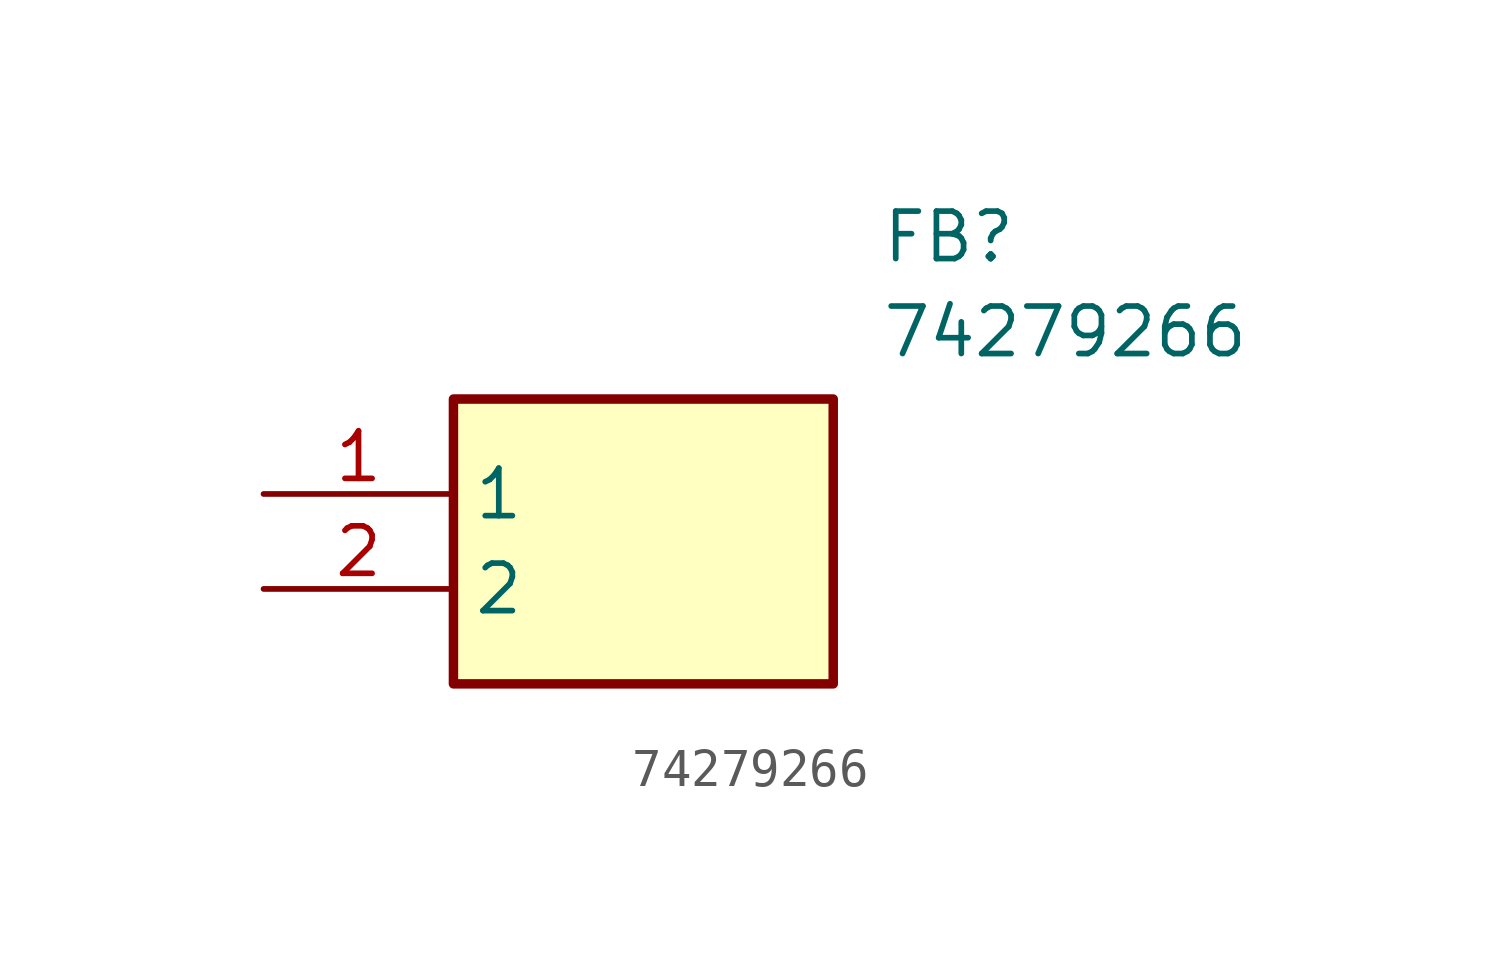
<source format=kicad_sym>
(kicad_symbol_lib
  (version 20220914)
  (generator SamacSys_ECAD_Model)
  (symbol "74279266"
    (property "Reference" "FB"
      (at 16.51 7.62 0)
      (effects (font (size 1.27 1.27)) (justify left top)))
    (property "Value" "74279266"
      (at 16.51 5.08 0)
      (effects (font (size 1.27 1.27)) (justify left top)))
    (rectangle
      (start 5.08 2.54)
      (end 15.24 -5.08)
      (stroke (width 0.254) (type default))
      (fill (type background)))
    (pin passive line
      (at 0 0 0)
      (length 5.08)
      (name "1" (effects (font (size 1.27 1.27))))
      (number "1" (effects (font (size 1.27 1.27)))))
    (pin passive line
      (at 0 -2.54 0)
      (length 5.08)
      (name "2" (effects (font (size 1.27 1.27))))
      (number "2" (effects (font (size 1.27 1.27)))))))
</source>
